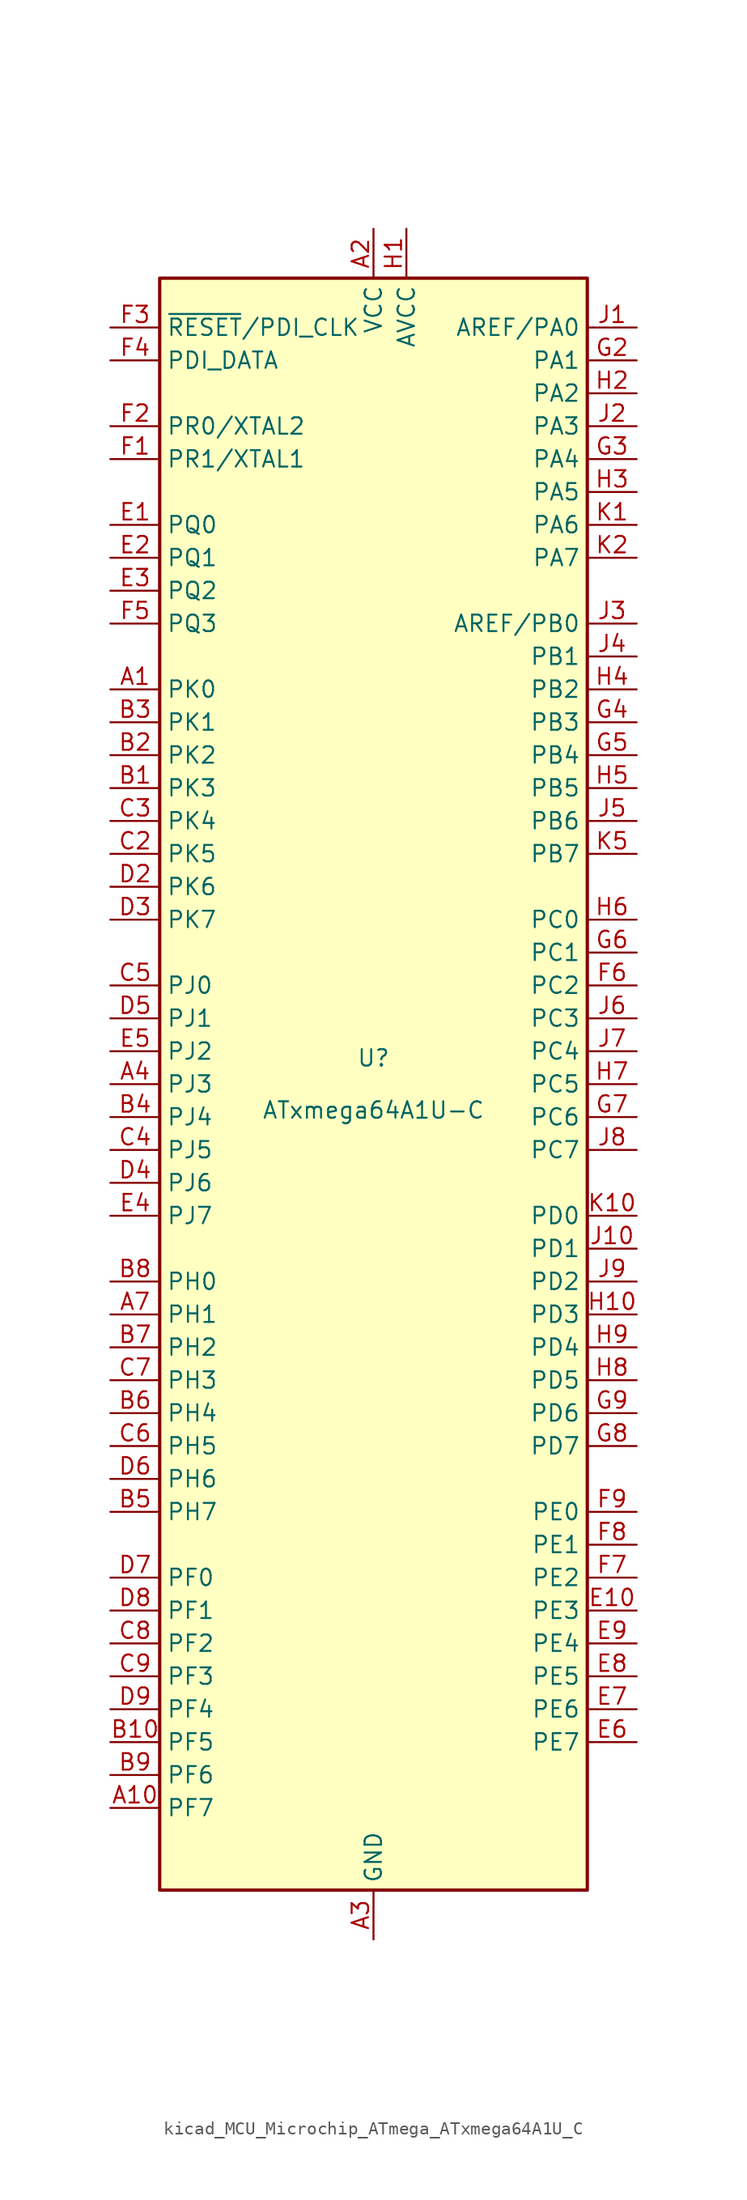
<source format=kicad_sym>
(kicad_symbol_lib
  (version 20220914)
  (generator kicad_symbol_editor)
  (symbol "kicad_MCU_Microchip_ATmega_ATxmega64A1U_C"
    (property "Reference" "U"
      (at 0 1.27 0)
      (effects (font (size 1.27 1.27)) (justify bottom)))
    (property "Value" "ATxmega64A1U-C"
      (at 0 -1.27 0)
      (effects (font (size 1.27 1.27)) (justify top)))
    (symbol "kicad_MCU_Microchip_ATmega_ATxmega64A1U_C_0_1"
      (rectangle (start -16.51 -62.23) (end 16.51 62.23) (stroke (width 0.254) (type default)) (fill (type background))))
    (symbol "kicad_MCU_Microchip_ATmega_ATxmega64A1U_C_1_1"
      (pin bidirectional line (at -20.32 30.48 0) (length 3.81) (name "PK0" (effects (font (size 1.27 1.27)))) (number "A1" (effects (font (size 1.27 1.27)))))
      (pin bidirectional line (at -20.32 -55.88 0) (length 3.81) (name "PF7" (effects (font (size 1.27 1.27)))) (number "A10" (effects (font (size 1.27 1.27)))))
      (pin power_in line (at 0 66.04 270) (length 3.81) (name "VCC" (effects (font (size 1.27 1.27)))) (number "A2" (effects (font (size 1.27 1.27)))))
      (pin power_in line (at 0 -66.04 90) (length 3.81) (name "GND" (effects (font (size 1.27 1.27)))) (number "A3" (effects (font (size 1.27 1.27)))))
      (pin bidirectional line (at -20.32 0 0) (length 3.81) (name "PJ3" (effects (font (size 1.27 1.27)))) (number "A4" (effects (font (size 1.27 1.27)))))
      (pin passive line (at 0 66.04 270) (length 3.81) hide (name "VCC" (effects (font (size 1.27 1.27)))) (number "A5" (effects (font (size 1.27 1.27)))))
      (pin passive line (at 0 -66.04 90) (length 3.81) hide (name "GND" (effects (font (size 1.27 1.27)))) (number "A6" (effects (font (size 1.27 1.27)))))
      (pin bidirectional line (at -20.32 -17.78 0) (length 3.81) (name "PH1" (effects (font (size 1.27 1.27)))) (number "A7" (effects (font (size 1.27 1.27)))))
      (pin passive line (at 0 -66.04 90) (length 3.81) hide (name "GND" (effects (font (size 1.27 1.27)))) (number "A8" (effects (font (size 1.27 1.27)))))
      (pin passive line (at 0 66.04 270) (length 3.81) hide (name "VCC" (effects (font (size 1.27 1.27)))) (number "A9" (effects (font (size 1.27 1.27)))))
      (pin bidirectional line (at -20.32 22.86 0) (length 3.81) (name "PK3" (effects (font (size 1.27 1.27)))) (number "B1" (effects (font (size 1.27 1.27)))))
      (pin bidirectional line (at -20.32 -50.8 0) (length 3.81) (name "PF5" (effects (font (size 1.27 1.27)))) (number "B10" (effects (font (size 1.27 1.27)))))
      (pin bidirectional line (at -20.32 25.4 0) (length 3.81) (name "PK2" (effects (font (size 1.27 1.27)))) (number "B2" (effects (font (size 1.27 1.27)))))
      (pin bidirectional line (at -20.32 27.94 0) (length 3.81) (name "PK1" (effects (font (size 1.27 1.27)))) (number "B3" (effects (font (size 1.27 1.27)))))
      (pin bidirectional line (at -20.32 -2.54 0) (length 3.81) (name "PJ4" (effects (font (size 1.27 1.27)))) (number "B4" (effects (font (size 1.27 1.27)))))
      (pin bidirectional line (at -20.32 -33.02 0) (length 3.81) (name "PH7" (effects (font (size 1.27 1.27)))) (number "B5" (effects (font (size 1.27 1.27)))))
      (pin bidirectional line (at -20.32 -25.4 0) (length 3.81) (name "PH4" (effects (font (size 1.27 1.27)))) (number "B6" (effects (font (size 1.27 1.27)))))
      (pin bidirectional line (at -20.32 -20.32 0) (length 3.81) (name "PH2" (effects (font (size 1.27 1.27)))) (number "B7" (effects (font (size 1.27 1.27)))))
      (pin bidirectional line (at -20.32 -15.24 0) (length 3.81) (name "PH0" (effects (font (size 1.27 1.27)))) (number "B8" (effects (font (size 1.27 1.27)))))
      (pin bidirectional line (at -20.32 -53.34 0) (length 3.81) (name "PF6" (effects (font (size 1.27 1.27)))) (number "B9" (effects (font (size 1.27 1.27)))))
      (pin passive line (at 0 66.04 270) (length 3.81) hide (name "VCC" (effects (font (size 1.27 1.27)))) (number "C1" (effects (font (size 1.27 1.27)))))
      (pin passive line (at 0 66.04 270) (length 3.81) hide (name "VCC" (effects (font (size 1.27 1.27)))) (number "C10" (effects (font (size 1.27 1.27)))))
      (pin bidirectional line (at -20.32 17.78 0) (length 3.81) (name "PK5" (effects (font (size 1.27 1.27)))) (number "C2" (effects (font (size 1.27 1.27)))))
      (pin bidirectional line (at -20.32 20.32 0) (length 3.81) (name "PK4" (effects (font (size 1.27 1.27)))) (number "C3" (effects (font (size 1.27 1.27)))))
      (pin bidirectional line (at -20.32 -5.08 0) (length 3.81) (name "PJ5" (effects (font (size 1.27 1.27)))) (number "C4" (effects (font (size 1.27 1.27)))))
      (pin bidirectional line (at -20.32 7.62 0) (length 3.81) (name "PJ0" (effects (font (size 1.27 1.27)))) (number "C5" (effects (font (size 1.27 1.27)))))
      (pin bidirectional line (at -20.32 -27.94 0) (length 3.81) (name "PH5" (effects (font (size 1.27 1.27)))) (number "C6" (effects (font (size 1.27 1.27)))))
      (pin bidirectional line (at -20.32 -22.86 0) (length 3.81) (name "PH3" (effects (font (size 1.27 1.27)))) (number "C7" (effects (font (size 1.27 1.27)))))
      (pin bidirectional line (at -20.32 -43.18 0) (length 3.81) (name "PF2" (effects (font (size 1.27 1.27)))) (number "C8" (effects (font (size 1.27 1.27)))))
      (pin bidirectional line (at -20.32 -45.72 0) (length 3.81) (name "PF3" (effects (font (size 1.27 1.27)))) (number "C9" (effects (font (size 1.27 1.27)))))
      (pin passive line (at 0 -66.04 90) (length 3.81) hide (name "GND" (effects (font (size 1.27 1.27)))) (number "D1" (effects (font (size 1.27 1.27)))))
      (pin passive line (at 0 -66.04 90) (length 3.81) hide (name "GND" (effects (font (size 1.27 1.27)))) (number "D10" (effects (font (size 1.27 1.27)))))
      (pin bidirectional line (at -20.32 15.24 0) (length 3.81) (name "PK6" (effects (font (size 1.27 1.27)))) (number "D2" (effects (font (size 1.27 1.27)))))
      (pin bidirectional line (at -20.32 12.7 0) (length 3.81) (name "PK7" (effects (font (size 1.27 1.27)))) (number "D3" (effects (font (size 1.27 1.27)))))
      (pin bidirectional line (at -20.32 -7.62 0) (length 3.81) (name "PJ6" (effects (font (size 1.27 1.27)))) (number "D4" (effects (font (size 1.27 1.27)))))
      (pin bidirectional line (at -20.32 5.08 0) (length 3.81) (name "PJ1" (effects (font (size 1.27 1.27)))) (number "D5" (effects (font (size 1.27 1.27)))))
      (pin bidirectional line (at -20.32 -30.48 0) (length 3.81) (name "PH6" (effects (font (size 1.27 1.27)))) (number "D6" (effects (font (size 1.27 1.27)))))
      (pin bidirectional line (at -20.32 -38.1 0) (length 3.81) (name "PF0" (effects (font (size 1.27 1.27)))) (number "D7" (effects (font (size 1.27 1.27)))))
      (pin bidirectional line (at -20.32 -40.64 0) (length 3.81) (name "PF1" (effects (font (size 1.27 1.27)))) (number "D8" (effects (font (size 1.27 1.27)))))
      (pin bidirectional line (at -20.32 -48.26 0) (length 3.81) (name "PF4" (effects (font (size 1.27 1.27)))) (number "D9" (effects (font (size 1.27 1.27)))))
      (pin bidirectional line (at -20.32 43.18 0) (length 3.81) (name "PQ0" (effects (font (size 1.27 1.27)))) (number "E1" (effects (font (size 1.27 1.27)))))
      (pin bidirectional line (at 20.32 -40.64 180) (length 3.81) (name "PE3" (effects (font (size 1.27 1.27)))) (number "E10" (effects (font (size 1.27 1.27)))))
      (pin bidirectional line (at -20.32 40.64 0) (length 3.81) (name "PQ1" (effects (font (size 1.27 1.27)))) (number "E2" (effects (font (size 1.27 1.27)))))
      (pin bidirectional line (at -20.32 38.1 0) (length 3.81) (name "PQ2" (effects (font (size 1.27 1.27)))) (number "E3" (effects (font (size 1.27 1.27)))))
      (pin bidirectional line (at -20.32 -10.16 0) (length 3.81) (name "PJ7" (effects (font (size 1.27 1.27)))) (number "E4" (effects (font (size 1.27 1.27)))))
      (pin bidirectional line (at -20.32 2.54 0) (length 3.81) (name "PJ2" (effects (font (size 1.27 1.27)))) (number "E5" (effects (font (size 1.27 1.27)))))
      (pin bidirectional line (at 20.32 -50.8 180) (length 3.81) (name "PE7" (effects (font (size 1.27 1.27)))) (number "E6" (effects (font (size 1.27 1.27)))))
      (pin bidirectional line (at 20.32 -48.26 180) (length 3.81) (name "PE6" (effects (font (size 1.27 1.27)))) (number "E7" (effects (font (size 1.27 1.27)))))
      (pin bidirectional line (at 20.32 -45.72 180) (length 3.81) (name "PE5" (effects (font (size 1.27 1.27)))) (number "E8" (effects (font (size 1.27 1.27)))))
      (pin bidirectional line (at 20.32 -43.18 180) (length 3.81) (name "PE4" (effects (font (size 1.27 1.27)))) (number "E9" (effects (font (size 1.27 1.27)))))
      (pin bidirectional line (at -20.32 48.26 0) (length 3.81) (name "PR1/XTAL1" (effects (font (size 1.27 1.27)))) (number "F1" (effects (font (size 1.27 1.27)))))
      (pin passive line (at 0 66.04 270) (length 3.81) hide (name "VCC" (effects (font (size 1.27 1.27)))) (number "F10" (effects (font (size 1.27 1.27)))))
      (pin bidirectional line (at -20.32 50.8 0) (length 3.81) (name "PR0/XTAL2" (effects (font (size 1.27 1.27)))) (number "F2" (effects (font (size 1.27 1.27)))))
      (pin input line (at -20.32 58.42 0) (length 3.81) (name "~{RESET}/PDI_CLK" (effects (font (size 1.27 1.27)))) (number "F3" (effects (font (size 1.27 1.27)))))
      (pin bidirectional line (at -20.32 55.88 0) (length 3.81) (name "PDI_DATA" (effects (font (size 1.27 1.27)))) (number "F4" (effects (font (size 1.27 1.27)))))
      (pin bidirectional line (at -20.32 35.56 0) (length 3.81) (name "PQ3" (effects (font (size 1.27 1.27)))) (number "F5" (effects (font (size 1.27 1.27)))))
      (pin bidirectional line (at 20.32 7.62 180) (length 3.81) (name "PC2" (effects (font (size 1.27 1.27)))) (number "F6" (effects (font (size 1.27 1.27)))))
      (pin bidirectional line (at 20.32 -38.1 180) (length 3.81) (name "PE2" (effects (font (size 1.27 1.27)))) (number "F7" (effects (font (size 1.27 1.27)))))
      (pin bidirectional line (at 20.32 -35.56 180) (length 3.81) (name "PE1" (effects (font (size 1.27 1.27)))) (number "F8" (effects (font (size 1.27 1.27)))))
      (pin bidirectional line (at 20.32 -33.02 180) (length 3.81) (name "PE0" (effects (font (size 1.27 1.27)))) (number "F9" (effects (font (size 1.27 1.27)))))
      (pin passive line (at 0 -66.04 90) (length 3.81) hide (name "GND" (effects (font (size 1.27 1.27)))) (number "G1" (effects (font (size 1.27 1.27)))))
      (pin passive line (at 0 -66.04 90) (length 3.81) hide (name "GND" (effects (font (size 1.27 1.27)))) (number "G10" (effects (font (size 1.27 1.27)))))
      (pin bidirectional line (at 20.32 55.88 180) (length 3.81) (name "PA1" (effects (font (size 1.27 1.27)))) (number "G2" (effects (font (size 1.27 1.27)))))
      (pin bidirectional line (at 20.32 48.26 180) (length 3.81) (name "PA4" (effects (font (size 1.27 1.27)))) (number "G3" (effects (font (size 1.27 1.27)))))
      (pin bidirectional line (at 20.32 27.94 180) (length 3.81) (name "PB3" (effects (font (size 1.27 1.27)))) (number "G4" (effects (font (size 1.27 1.27)))))
      (pin bidirectional line (at 20.32 25.4 180) (length 3.81) (name "PB4" (effects (font (size 1.27 1.27)))) (number "G5" (effects (font (size 1.27 1.27)))))
      (pin bidirectional line (at 20.32 10.16 180) (length 3.81) (name "PC1" (effects (font (size 1.27 1.27)))) (number "G6" (effects (font (size 1.27 1.27)))))
      (pin bidirectional line (at 20.32 -2.54 180) (length 3.81) (name "PC6" (effects (font (size 1.27 1.27)))) (number "G7" (effects (font (size 1.27 1.27)))))
      (pin bidirectional line (at 20.32 -27.94 180) (length 3.81) (name "PD7" (effects (font (size 1.27 1.27)))) (number "G8" (effects (font (size 1.27 1.27)))))
      (pin bidirectional line (at 20.32 -25.4 180) (length 3.81) (name "PD6" (effects (font (size 1.27 1.27)))) (number "G9" (effects (font (size 1.27 1.27)))))
      (pin power_in line (at 2.54 66.04 270) (length 3.81) (name "AVCC" (effects (font (size 1.27 1.27)))) (number "H1" (effects (font (size 1.27 1.27)))))
      (pin bidirectional line (at 20.32 -17.78 180) (length 3.81) (name "PD3" (effects (font (size 1.27 1.27)))) (number "H10" (effects (font (size 1.27 1.27)))))
      (pin bidirectional line (at 20.32 53.34 180) (length 3.81) (name "PA2" (effects (font (size 1.27 1.27)))) (number "H2" (effects (font (size 1.27 1.27)))))
      (pin bidirectional line (at 20.32 45.72 180) (length 3.81) (name "PA5" (effects (font (size 1.27 1.27)))) (number "H3" (effects (font (size 1.27 1.27)))))
      (pin bidirectional line (at 20.32 30.48 180) (length 3.81) (name "PB2" (effects (font (size 1.27 1.27)))) (number "H4" (effects (font (size 1.27 1.27)))))
      (pin bidirectional line (at 20.32 22.86 180) (length 3.81) (name "PB5" (effects (font (size 1.27 1.27)))) (number "H5" (effects (font (size 1.27 1.27)))))
      (pin bidirectional line (at 20.32 12.7 180) (length 3.81) (name "PC0" (effects (font (size 1.27 1.27)))) (number "H6" (effects (font (size 1.27 1.27)))))
      (pin bidirectional line (at 20.32 0 180) (length 3.81) (name "PC5" (effects (font (size 1.27 1.27)))) (number "H7" (effects (font (size 1.27 1.27)))))
      (pin bidirectional line (at 20.32 -22.86 180) (length 3.81) (name "PD5" (effects (font (size 1.27 1.27)))) (number "H8" (effects (font (size 1.27 1.27)))))
      (pin bidirectional line (at 20.32 -20.32 180) (length 3.81) (name "PD4" (effects (font (size 1.27 1.27)))) (number "H9" (effects (font (size 1.27 1.27)))))
      (pin bidirectional line (at 20.32 58.42 180) (length 3.81) (name "AREF/PA0" (effects (font (size 1.27 1.27)))) (number "J1" (effects (font (size 1.27 1.27)))))
      (pin bidirectional line (at 20.32 -12.7 180) (length 3.81) (name "PD1" (effects (font (size 1.27 1.27)))) (number "J10" (effects (font (size 1.27 1.27)))))
      (pin bidirectional line (at 20.32 50.8 180) (length 3.81) (name "PA3" (effects (font (size 1.27 1.27)))) (number "J2" (effects (font (size 1.27 1.27)))))
      (pin bidirectional line (at 20.32 35.56 180) (length 3.81) (name "AREF/PB0" (effects (font (size 1.27 1.27)))) (number "J3" (effects (font (size 1.27 1.27)))))
      (pin bidirectional line (at 20.32 33.02 180) (length 3.81) (name "PB1" (effects (font (size 1.27 1.27)))) (number "J4" (effects (font (size 1.27 1.27)))))
      (pin bidirectional line (at 20.32 20.32 180) (length 3.81) (name "PB6" (effects (font (size 1.27 1.27)))) (number "J5" (effects (font (size 1.27 1.27)))))
      (pin bidirectional line (at 20.32 5.08 180) (length 3.81) (name "PC3" (effects (font (size 1.27 1.27)))) (number "J6" (effects (font (size 1.27 1.27)))))
      (pin bidirectional line (at 20.32 2.54 180) (length 3.81) (name "PC4" (effects (font (size 1.27 1.27)))) (number "J7" (effects (font (size 1.27 1.27)))))
      (pin bidirectional line (at 20.32 -5.08 180) (length 3.81) (name "PC7" (effects (font (size 1.27 1.27)))) (number "J8" (effects (font (size 1.27 1.27)))))
      (pin bidirectional line (at 20.32 -15.24 180) (length 3.81) (name "PD2" (effects (font (size 1.27 1.27)))) (number "J9" (effects (font (size 1.27 1.27)))))
      (pin bidirectional line (at 20.32 43.18 180) (length 3.81) (name "PA6" (effects (font (size 1.27 1.27)))) (number "K1" (effects (font (size 1.27 1.27)))))
      (pin bidirectional line (at 20.32 -10.16 180) (length 3.81) (name "PD0" (effects (font (size 1.27 1.27)))) (number "K10" (effects (font (size 1.27 1.27)))))
      (pin bidirectional line (at 20.32 40.64 180) (length 3.81) (name "PA7" (effects (font (size 1.27 1.27)))) (number "K2" (effects (font (size 1.27 1.27)))))
      (pin passive line (at 0 -66.04 90) (length 3.81) hide (name "GND" (effects (font (size 1.27 1.27)))) (number "K3" (effects (font (size 1.27 1.27)))))
      (pin passive line (at 2.54 66.04 270) (length 3.81) hide (name "AVCC" (effects (font (size 1.27 1.27)))) (number "K4" (effects (font (size 1.27 1.27)))))
      (pin bidirectional line (at 20.32 17.78 180) (length 3.81) (name "PB7" (effects (font (size 1.27 1.27)))) (number "K5" (effects (font (size 1.27 1.27)))))
      (pin passive line (at 0 66.04 270) (length 3.81) hide (name "VCC" (effects (font (size 1.27 1.27)))) (number "K6" (effects (font (size 1.27 1.27)))))
      (pin passive line (at 0 -66.04 90) (length 3.81) hide (name "GND" (effects (font (size 1.27 1.27)))) (number "K7" (effects (font (size 1.27 1.27)))))
      (pin passive line (at 0 66.04 270) (length 3.81) hide (name "VCC" (effects (font (size 1.27 1.27)))) (number "K8" (effects (font (size 1.27 1.27)))))
      (pin passive line (at 0 -66.04 90) (length 3.81) hide (name "GND" (effects (font (size 1.27 1.27)))) (number "K9" (effects (font (size 1.27 1.27))))))))
</source>
